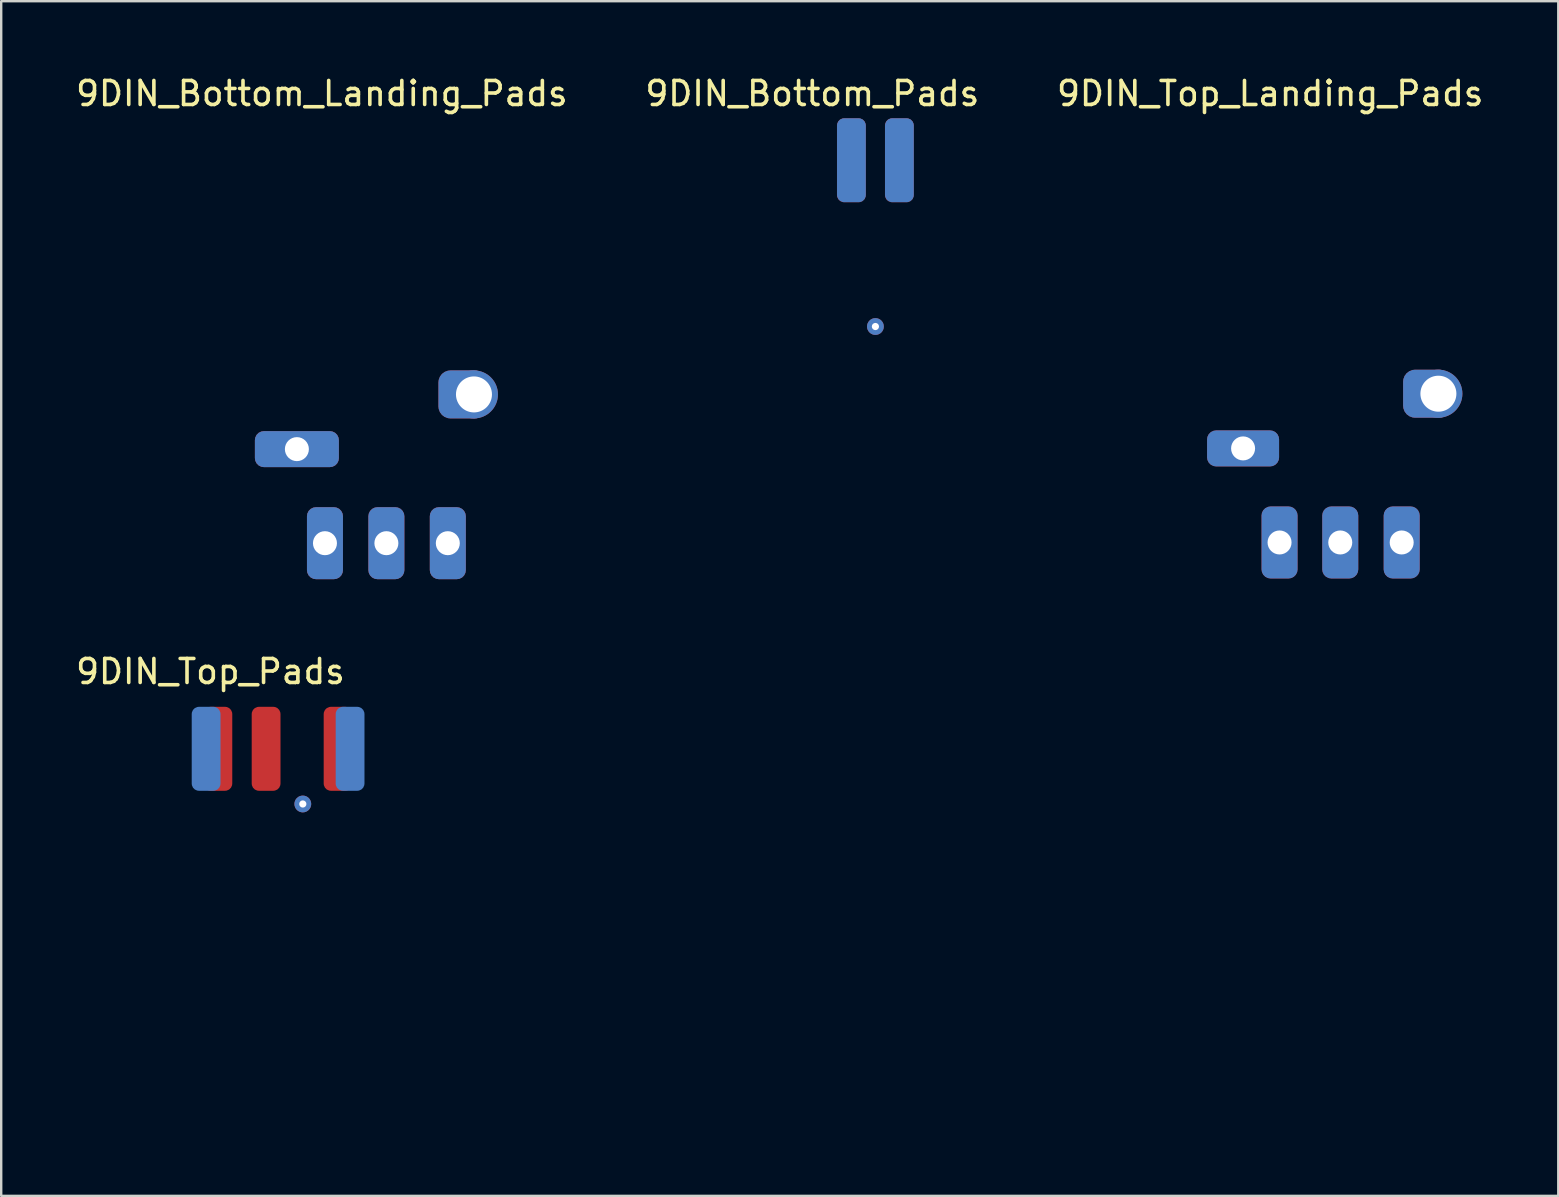
<source format=kicad_pcb>
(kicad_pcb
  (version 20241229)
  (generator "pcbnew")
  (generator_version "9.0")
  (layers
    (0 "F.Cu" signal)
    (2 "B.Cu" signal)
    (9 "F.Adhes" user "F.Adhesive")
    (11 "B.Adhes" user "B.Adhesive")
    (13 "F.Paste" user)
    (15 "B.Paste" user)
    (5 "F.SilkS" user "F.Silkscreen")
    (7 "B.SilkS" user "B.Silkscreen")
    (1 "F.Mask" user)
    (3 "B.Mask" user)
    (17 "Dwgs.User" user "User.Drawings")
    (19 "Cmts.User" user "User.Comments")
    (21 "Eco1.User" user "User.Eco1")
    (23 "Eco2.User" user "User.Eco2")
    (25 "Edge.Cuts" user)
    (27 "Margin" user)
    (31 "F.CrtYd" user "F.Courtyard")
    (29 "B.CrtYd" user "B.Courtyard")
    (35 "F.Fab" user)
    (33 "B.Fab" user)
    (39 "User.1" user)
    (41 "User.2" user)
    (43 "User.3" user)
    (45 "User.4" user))
  (footprint "9DIN_Top_Pads"
    (layer "F.Cu")
    (at 8.52 35.077)
    (property "Reference" "9DIN_Top_Pads" (at -2.8 -10.14 0) (layer "F.SilkS") (effects (font (size 1 1) (thickness 0.15))))
    (attr through_hole)
    (fp_poly (pts (xy 4.086 1.509) (xy 4.034 1.51) (xy 3.957 1.526) (xy 3.866 1.566) (xy 3.781 1.621) (xy 3.735 1.663) (xy 3.665 1.773) (xy 3.628 1.904) (xy 3.625 2.042) (xy 3.657 2.177) (xy 3.723 2.297) (xy 3.727 2.303) (xy 3.789 2.36) (xy 3.873 2.411) (xy 3.961 2.448) (xy 4.027 2.461) (xy 4.086 2.461) (xy 4.086 8.707) (xy 2.701 8.707) (xy 2.674 8.649) (xy 2.648 8.61) (xy 2.605 8.593) (xy 2.554 8.59) (xy 2.489 8.596) (xy 2.452 8.618) (xy 2.434 8.649) (xy 2.407 8.707) (xy 0.15 8.707) (xy 0.127 8.654) (xy 0.101 8.619) (xy 0.055 8.604) (xy 0.012 8.602) (xy -0.054 8.608) (xy -0.09 8.631) (xy -0.104 8.654) (xy -0.127 8.707) (xy -2.384 8.707) (xy -2.41 8.649) (xy -2.441 8.607) (xy -2.491 8.591) (xy -2.518 8.59) (xy -2.587 8.602) (xy -2.633 8.642) (xy -2.637 8.649) (xy -2.675 8.707) (xy -4.063 8.707) (xy -4.063 6.755) (xy -4.006 6.733) (xy -3.956 6.693) (xy -3.929 6.631) (xy -3.932 6.566) (xy -3.94 6.55) (xy -3.979 6.51) (xy -4.013 6.49) (xy -4.063 6.467) (xy -4.063 4.207) (xy -4.005 4.193) (xy -3.954 4.16) (xy -3.929 4.104) (xy -3.93 4.04) (xy -3.958 3.981) (xy -4.007 3.946) (xy -4.063 3.925) (xy -4.063 -6.145) (xy -3.061 -6.145) (xy -3.059 -6.079) (xy -3.025 -6.045) (xy -2.978 -6.041) (xy -2.932 -6.054) (xy -2.92 -6.079) (xy -2.572 -6.079) (xy -2.541 -6.045) (xy -2.484 -6.037) (xy -2.427 -6.05) (xy -2.403 -6.084) (xy -2.404 -6.137) (xy -0.57 -6.137) (xy -0.569 -6.084) (xy -0.538 -6.051) (xy -0.485 -6.035) (xy -0.433 -6.041) (xy -0.405 -6.061) (xy -0.399 -6.101) (xy -0.405 -6.142) (xy -0.406 -6.145) (xy 2.442 -6.145) (xy 2.443 -6.079) (xy 2.477 -6.045) (xy 2.525 -6.041) (xy 2.571 -6.054) (xy 2.583 -6.079) (xy 2.931 -6.079) (xy 2.961 -6.045) (xy 3.018 -6.037) (xy 3.076 -6.05) (xy 3.1 -6.084) (xy 3.099 -6.143) (xy 3.061 -6.185) (xy 3.004 -6.199) (xy 2.956 -6.183) (xy 2.935 -6.142) (xy 2.931 -6.079) (xy 2.583 -6.079) (xy 2.587 -6.088) (xy 2.589 -6.118) (xy 2.583 -6.167) (xy 2.556 -6.185) (xy 2.519 -6.187) (xy 2.463 -6.176) (xy 2.442 -6.145) (xy -0.406 -6.145) (xy -0.432 -6.188) (xy -0.474 -6.199) (xy -0.536 -6.182) (xy -0.57 -6.137) (xy -2.404 -6.137) (xy -2.404 -6.143) (xy -2.442 -6.185) (xy -2.498 -6.199) (xy -2.547 -6.183) (xy -2.567 -6.142) (xy -2.572 -6.079) (xy -2.92 -6.079) (xy -2.915 -6.088) (xy -2.914 -6.118) (xy -2.92 -6.167) (xy -2.947 -6.185) (xy -2.983 -6.187) (xy -3.04 -6.176) (xy -3.061 -6.145) (xy -4.063 -6.145) (xy -4.063 -8.707) (xy 4.086 -8.707) (xy 4.086 1.509)) (stroke (width 0.01) (type solid)) (fill no) (layer "Eco1.User"))
    (pad "3" smd roundrect (at 3.02 -6.92) (size 1.2 3.5) (layers "B.Cu" "B.Mask" "B.Paste") (roundrect_rratio 0.25))
    (pad "6" smd roundrect (at -2.98 -6.92) (size 1.2 3.5) (layers "B.Cu" "B.Mask" "B.Paste") (roundrect_rratio 0.25))
    (pad "7" smd roundrect (at 2.52 -6.92) (size 1.2 3.5) (layers "F.Cu" "F.Mask" "F.Paste") (roundrect_rratio 0.25))
    (pad "8" smd roundrect (at -0.48 -6.92) (size 1.2 3.5) (layers "F.Cu" "F.Mask" "F.Paste") (roundrect_rratio 0.25))
    (pad "9" smd roundrect (at -2.49 -6.92) (size 1.2 3.5) (layers "F.Cu" "F.Mask" "F.Paste") (roundrect_rratio 0.25))
    (pad "10" thru_hole circle (at 1.05 -4.62) (size 0.7 0.7) (drill 0.3) (layers "*.Cu")))
  (footprint "9DIN_Bottom_Landing_Pads"
    (layer "F.Cu")
    (at 13.053 10.888)
    (property "Reference" "9DIN_Bottom_Landing_Pads" (at -2.69 -10.04 0) (layer "F.SilkS") (effects (font (size 1 1) (thickness 0.15))))
    (attr through_hole)
    (fp_poly (pts (xy 3.719 -3.547) (xy 3.719 -2.969) (xy 3.719 -2.437) (xy 3.719 -1.947) (xy 3.719 -1.498) (xy 3.718 -1.088) (xy 3.718 -0.716) (xy 3.718 -0.379) (xy 3.717 -0.075) (xy 3.717 0.196) (xy 3.716 0.438) (xy 3.715 0.651) (xy 3.714 0.837) (xy 3.712 1) (xy 3.711 1.139) (xy 3.709 1.257) (xy 3.707 1.356) (xy 3.705 1.438) (xy 3.702 1.504) (xy 3.7 1.557) (xy 3.697 1.598) (xy 3.693 1.628) (xy 3.689 1.651) (xy 3.685 1.666) (xy 3.681 1.678) (xy 3.676 1.686) (xy 3.673 1.69) (xy 3.612 1.81) (xy 3.586 1.946) (xy 3.598 2.081) (xy 3.599 2.083) (xy 3.626 2.164) (xy 3.66 2.236) (xy 3.673 2.256) (xy 3.68 2.266) (xy 3.685 2.278) (xy 3.691 2.294) (xy 3.695 2.318) (xy 3.699 2.35) (xy 3.703 2.395) (xy 3.706 2.453) (xy 3.709 2.527) (xy 3.711 2.62) (xy 3.713 2.734) (xy 3.714 2.871) (xy 3.716 3.034) (xy 3.717 3.224) (xy 3.717 3.445) (xy 3.718 3.698) (xy 3.718 3.986) (xy 3.719 4.312) (xy 3.719 4.676) (xy 3.719 5.083) (xy 3.719 5.51) (xy 3.719 8.7) (xy 1.407 8.7) (xy 1.38 8.643) (xy 1.333 8.588) (xy 1.266 8.568) (xy 1.192 8.586) (xy 1.179 8.594) (xy 1.137 8.631) (xy 1.121 8.666) (xy 1.116 8.674) (xy 1.099 8.68) (xy 1.067 8.686) (xy 1.015 8.69) (xy 0.941 8.693) (xy 0.839 8.696) (xy 0.708 8.698) (xy 0.543 8.699) (xy 0.34 8.7) (xy 0.095 8.7) (xy -0.013 8.7) (xy -1.147 8.7) (xy -1.162 8.642) (xy -1.193 8.595) (xy -1.246 8.571) (xy -1.308 8.567) (xy -1.365 8.585) (xy -1.401 8.623) (xy -1.408 8.653) (xy -1.409 8.664) (xy -1.414 8.673) (xy -1.427 8.68) (xy -1.452 8.686) (xy -1.492 8.69) (xy -1.552 8.694) (xy -1.636 8.696) (xy -1.746 8.698) (xy -1.887 8.699) (xy -2.062 8.7) (xy -2.276 8.7) (xy -2.532 8.7) (xy -3.727 8.7) (xy -3.727 5.417) (xy -3.675 5.394) (xy -3.64 5.368) (xy -3.625 5.321) (xy -3.623 5.279) (xy -3.629 5.213) (xy -3.651 5.177) (xy -3.675 5.163) (xy -3.727 5.14) (xy -3.727 -6.106) (xy -1.103 -6.106) (xy -1.082 -6.059) (xy -1.034 -6.032) (xy -1.013 -6.03) (xy -0.965 -6.045) (xy -0.948 -6.057) (xy -0.92 -6.11) (xy -0.921 -6.113) (xy 0.9 -6.113) (xy 0.913 -6.074) (xy 0.955 -6.036) (xy 1.01 -6.035) (xy 1.046 -6.057) (xy 1.072 -6.109) (xy 1.064 -6.16) (xy 1.029 -6.198) (xy 0.976 -6.208) (xy 0.962 -6.205) (xy 0.912 -6.169) (xy 0.9 -6.113) (xy -0.921 -6.113) (xy -0.928 -6.16) (xy -0.964 -6.196) (xy -1.018 -6.205) (xy -1.049 -6.196) (xy -1.093 -6.157) (xy -1.103 -6.106) (xy -3.727 -6.106) (xy -3.727 -8.72) (xy 3.719 -8.72) (xy 3.719 -3.547)) (stroke (width 0.01) (type solid)) (fill no) (layer "Eco1.User"))
    (pad "1" thru_hole roundrect (at 2.56 8.7) (size 1.5 3) (drill 1) (layers "*.Cu" "*.Mask") (roundrect_rratio 0.25))
    (pad "2" thru_hole roundrect (at 0 8.7) (size 1.5 3) (drill 1) (layers "*.Cu" "*.Mask") (roundrect_rratio 0.25))
    (pad "4" thru_hole roundrect (at -2.56 8.7) (size 1.5 3) (drill 1) (layers "*.Cu" "*.Mask") (roundrect_rratio 0.25))
    (pad "5" thru_hole roundrect (at -3.73 4.78 90) (size 1.5 3.5) (drill 1) (layers "*.Cu" "*.Mask") (roundrect_rratio 0.25))
    (pad "10" thru_hole circle (at 3.65 2.5) (size 2 2) (drill 1.5) (layers "*.Cu" "*.Mask"))
    (pad "10" thru_hole roundrect (at 3.67 2.5) (size 2 2) (drill 0.3 (offset -0.5 0)) (layers "*.Cu" "*.Mask") (roundrect_rratio 0.25)))
  (footprint "9DIN_Top_Landing_Pads"
    (layer "F.Cu")
    (at 52.807 10.858)
    (property "Reference" "9DIN_Top_Landing_Pads" (at -2.92 -10.01 0) (layer "F.SilkS") (effects (font (size 1 1) (thickness 0.15))))
    (attr through_hole)
    (fp_poly (pts (xy 4.095 1.491) (xy 4 1.506) (xy 3.878 1.548) (xy 3.77 1.627) (xy 3.684 1.735) (xy 3.629 1.863) (xy 3.615 1.931) (xy 3.619 2.057) (xy 3.661 2.18) (xy 3.734 2.291) (xy 3.83 2.381) (xy 3.942 2.442) (xy 4.063 2.466) (xy 4.066 2.466) (xy 4.07 2.474) (xy 4.074 2.501) (xy 4.078 2.547) (xy 4.081 2.616) (xy 4.084 2.708) (xy 4.086 2.827) (xy 4.088 2.973) (xy 4.09 3.149) (xy 4.091 3.357) (xy 4.092 3.599) (xy 4.093 3.876) (xy 4.094 4.191) (xy 4.095 4.546) (xy 4.095 4.943) (xy 4.095 5.383) (xy 4.095 5.586) (xy 4.095 8.706) (xy 3.388 8.706) (xy 3.188 8.706) (xy 3.03 8.705) (xy 2.909 8.704) (xy 2.819 8.702) (xy 2.757 8.698) (xy 2.717 8.693) (xy 2.694 8.686) (xy 2.683 8.676) (xy 2.68 8.664) (xy 2.68 8.659) (xy 2.661 8.61) (xy 2.615 8.58) (xy 2.554 8.572) (xy 2.494 8.584) (xy 2.449 8.618) (xy 2.434 8.648) (xy 2.42 8.706) (xy 1.286 8.706) (xy 1.024 8.705) (xy 0.805 8.705) (xy 0.626 8.704) (xy 0.481 8.702) (xy 0.368 8.7) (xy 0.284 8.697) (xy 0.223 8.693) (xy 0.184 8.688) (xy 0.162 8.682) (xy 0.152 8.675) (xy 0.152 8.671) (xy 0.134 8.635) (xy 0.094 8.599) (xy 0.021 8.574) (xy -0.049 8.587) (xy -0.101 8.635) (xy -0.108 8.648) (xy -0.134 8.706) (xy -2.378 8.706) (xy -2.4 8.648) (xy -2.44 8.599) (xy -2.502 8.572) (xy -2.566 8.574) (xy -2.583 8.582) (xy -2.622 8.621) (xy -2.643 8.655) (xy -2.651 8.67) (xy -2.662 8.681) (xy -2.682 8.69) (xy -2.716 8.696) (xy -2.77 8.7) (xy -2.847 8.703) (xy -2.954 8.705) (xy -3.095 8.705) (xy -3.275 8.706) (xy -3.356 8.706) (xy -4.047 8.706) (xy -4.047 5.423) (xy -3.995 5.4) (xy -3.959 5.374) (xy -3.944 5.327) (xy -3.942 5.284) (xy -3.948 5.218) (xy -3.971 5.182) (xy -3.995 5.168) (xy -4.047 5.146) (xy -4.047 -6.116) (xy -3.071 -6.116) (xy -3.055 -6.063) (xy -3.045 -6.052) (xy -2.992 -6.026) (xy -2.939 -6.038) (xy -2.911 -6.069) (xy -2.901 -6.117) (xy -2.558 -6.117) (xy -2.55 -6.06) (xy -2.509 -6.03) (xy -2.446 -6.035) (xy -2.436 -6.038) (xy -2.407 -6.071) (xy -2.404 -6.104) (xy -0.567 -6.104) (xy -0.55 -6.05) (xy -0.503 -6.028) (xy -0.442 -6.038) (xy -0.411 -6.071) (xy -0.405 -6.116) (xy 2.426 -6.116) (xy 2.443 -6.063) (xy 2.453 -6.052) (xy 2.506 -6.026) (xy 2.559 -6.038) (xy 2.587 -6.069) (xy 2.597 -6.117) (xy 2.935 -6.117) (xy 2.951 -6.055) (xy 2.995 -6.028) (xy 3.061 -6.038) (xy 3.09 -6.07) (xy 3.096 -6.122) (xy 3.077 -6.172) (xy 3.064 -6.185) (xy 3.012 -6.205) (xy 2.965 -6.188) (xy 2.938 -6.14) (xy 2.935 -6.117) (xy 2.597 -6.117) (xy 2.6 -6.131) (xy 2.572 -6.181) (xy 2.538 -6.199) (xy 2.482 -6.198) (xy 2.442 -6.166) (xy 2.426 -6.116) (xy -0.405 -6.116) (xy -0.404 -6.122) (xy -0.42 -6.172) (xy -0.452 -6.198) (xy -0.511 -6.197) (xy -0.553 -6.159) (xy -0.567 -6.104) (xy -2.404 -6.104) (xy -2.402 -6.122) (xy -2.422 -6.173) (xy -2.437 -6.188) (xy -2.484 -6.204) (xy -2.528 -6.182) (xy -2.556 -6.129) (xy -2.558 -6.117) (xy -2.901 -6.117) (xy -2.898 -6.131) (xy -2.925 -6.181) (xy -2.96 -6.199) (xy -3.016 -6.198) (xy -3.056 -6.166) (xy -3.071 -6.116) (xy -4.047 -6.116) (xy -4.047 -8.715) (xy 4.095 -8.715) (xy 4.095 1.491)) (stroke (width 0.01) (type solid)) (fill no) (layer "Eco1.User"))
    (pad "3" thru_hole roundrect (at 2.56 8.7) (size 1.5 3) (drill 1) (layers "*.Cu" "*.Mask") (roundrect_rratio 0.25))
    (pad "7" thru_hole roundrect (at 0 8.7) (size 1.5 3) (drill 1) (layers "*.Cu" "*.Mask") (roundrect_rratio 0.25))
    (pad "8" thru_hole roundrect (at -2.53 8.7) (size 1.5 3) (drill 1) (layers "*.Cu" "*.Mask") (roundrect_rratio 0.25))
    (pad "9" thru_hole roundrect (at -4.05 4.78 90) (size 1.5 3) (drill 1) (layers "*.Cu" "*.Mask") (roundrect_rratio 0.25))
    (pad "10" thru_hole circle (at 4.09 2.5) (size 2 2) (drill 1.5) (layers "*.Cu" "*.Mask"))
    (pad "10" thru_hole roundrect (at 4.12 2.5) (size 2 2) (drill 0.3 (offset -0.5 0)) (layers "*.Cu" "*.Mask") (roundrect_rratio 0.25)))
  (footprint "9DIN_Bottom_Pads"
    (layer "F.Cu")
    (at 33.434 10.548)
    (property "Reference" "9DIN_Bottom_Pads" (at -2.63 -9.7 0) (layer "F.SilkS") (effects (font (size 1 1) (thickness 0.15))))
    (attr through_hole)
    (fp_poly (pts (xy 3.715 1.653) (xy 3.663 1.726) (xy 3.635 1.773) (xy 3.619 1.825) (xy 3.612 1.899) (xy 3.61 1.985) (xy 3.613 2.086) (xy 3.621 2.155) (xy 3.639 2.206) (xy 3.663 2.244) (xy 3.715 2.317) (xy 3.715 8.73) (xy 1.419 8.73) (xy 1.388 8.666) (xy 1.36 8.623) (xy 1.318 8.605) (xy 1.265 8.602) (xy 1.201 8.608) (xy 1.164 8.631) (xy 1.143 8.666) (xy 1.112 8.73) (xy -1.127 8.73) (xy -1.154 8.66) (xy -1.176 8.615) (xy -1.21 8.595) (xy -1.271 8.591) (xy -1.277 8.59) (xy -1.341 8.595) (xy -1.376 8.613) (xy -1.398 8.656) (xy -1.4 8.66) (xy -1.426 8.73) (xy -3.715 8.73) (xy -3.715 -6.145) (xy -1.087 -6.145) (xy -1.086 -6.079) (xy -1.052 -6.045) (xy -1.004 -6.041) (xy -0.958 -6.054) (xy -0.942 -6.088) (xy -0.94 -6.118) (xy -0.944 -6.145) (xy 0.91 -6.145) (xy 0.912 -6.08) (xy 0.949 -6.044) (xy 0.999 -6.037) (xy 1.048 -6.041) (xy 1.065 -6.063) (xy 1.064 -6.112) (xy 1.053 -6.164) (xy 1.026 -6.185) (xy 0.987 -6.187) (xy 0.93 -6.176) (xy 0.91 -6.145) (xy -0.944 -6.145) (xy -0.946 -6.167) (xy -0.973 -6.185) (xy -1.01 -6.187) (xy -1.066 -6.176) (xy -1.087 -6.145) (xy -3.715 -6.145) (xy -3.715 -8.707) (xy 3.715 -8.707) (xy 3.715 1.653)) (stroke (width 0.01) (type solid)) (fill no) (layer "Eco1.User"))
    (pad "1" smd roundrect (at 1 -6.92) (size 1.2 3.5) (layers "B.Cu" "B.Mask" "B.Paste") (roundrect_rratio 0.25))
    (pad "2" smd roundrect (at -1 -6.92) (size 1.2 3.5) (layers "B.Cu" "B.Mask" "B.Paste") (roundrect_rratio 0.25))
    (pad "4" smd roundrect (at 0.998 -6.92) (size 1.2 3.5) (layers "F.Cu" "F.Mask" "F.Paste") (roundrect_rratio 0.25))
    (pad "5" smd roundrect (at -1.002 -6.92) (size 1.2 3.5) (layers "F.Cu" "F.Mask" "F.Paste") (roundrect_rratio 0.25))
    (pad "10" thru_hole circle (at 0 0.01) (size 0.7 0.7) (drill 0.3) (layers "*.Cu")))
  (gr_rect
    (start -3 -3)
    (end 61.893 46.788)
    (stroke (width 0.1) (type default))
    (fill no)
    (layer "Edge.Cuts")))
</source>
